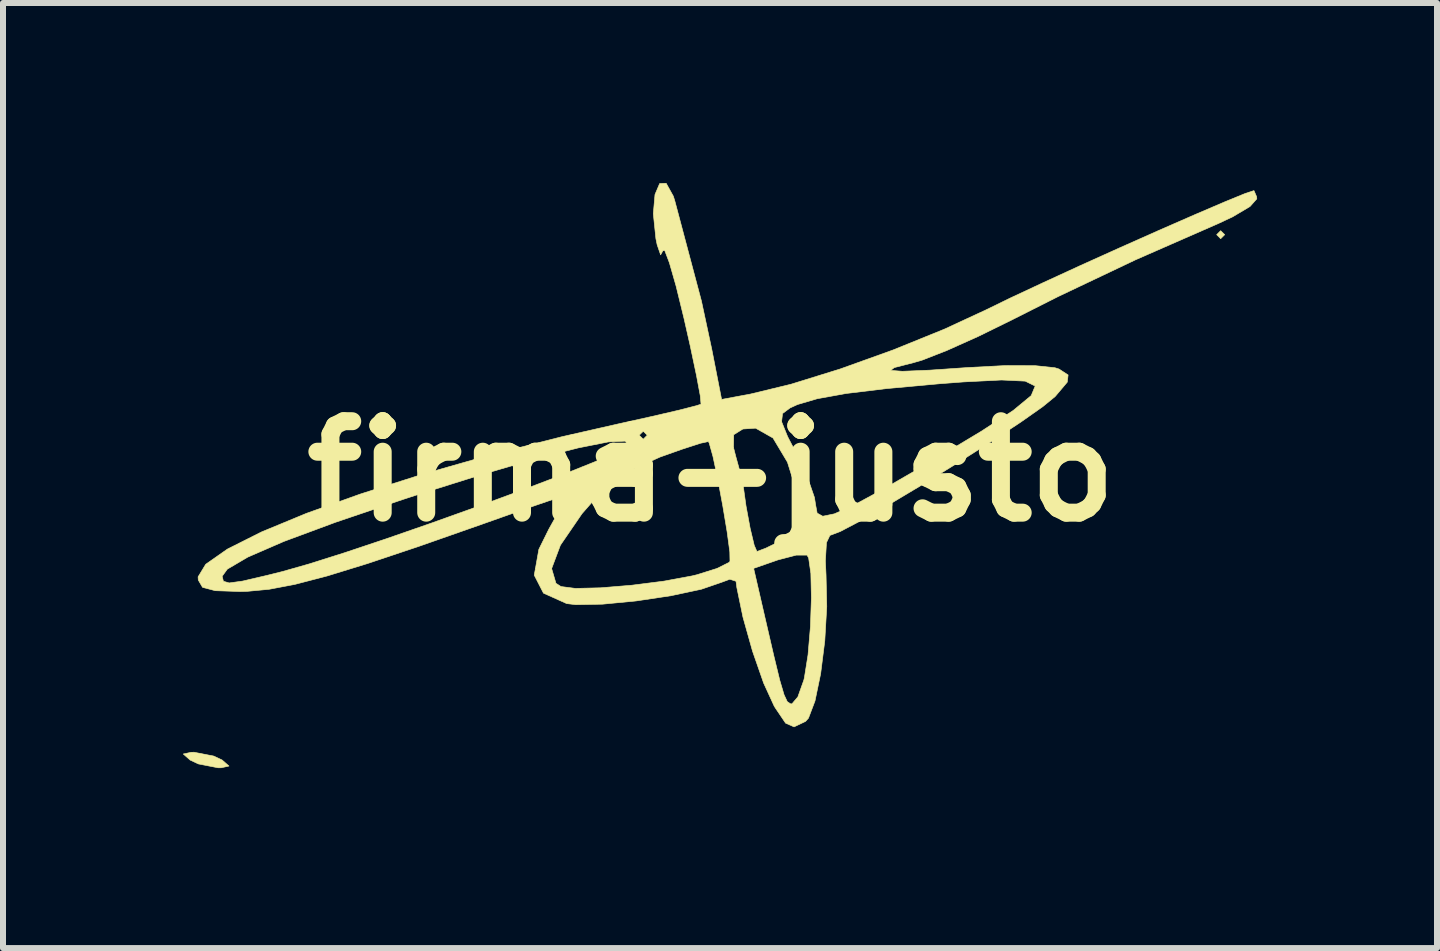
<source format=kicad_pcb>
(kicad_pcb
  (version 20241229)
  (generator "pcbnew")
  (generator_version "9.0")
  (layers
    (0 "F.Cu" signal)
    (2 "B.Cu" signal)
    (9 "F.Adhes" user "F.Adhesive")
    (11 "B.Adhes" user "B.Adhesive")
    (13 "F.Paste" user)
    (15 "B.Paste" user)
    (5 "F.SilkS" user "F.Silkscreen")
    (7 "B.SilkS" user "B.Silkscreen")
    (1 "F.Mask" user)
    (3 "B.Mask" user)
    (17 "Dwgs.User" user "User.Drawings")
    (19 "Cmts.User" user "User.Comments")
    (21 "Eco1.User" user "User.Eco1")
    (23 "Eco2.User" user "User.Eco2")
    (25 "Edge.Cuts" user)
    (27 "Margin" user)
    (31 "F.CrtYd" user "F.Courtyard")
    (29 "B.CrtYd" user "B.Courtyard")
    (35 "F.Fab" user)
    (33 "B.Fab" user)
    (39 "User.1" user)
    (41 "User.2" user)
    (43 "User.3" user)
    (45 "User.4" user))
  (footprint "firma-justo"
    (layer "F.Cu")
    (at 8.808 4.806)
    (property "Reference" "firma-justo" (at 0 0 0) (layer "F.SilkS") (effects (font (size 1.524 1.524) (thickness 0.3))))
    (attr through_hole)
    (fp_poly (pts (xy 8.556 -3.944) (xy 8.489 -3.877) (xy 8.422 -3.944) (xy 8.489 -4.011) (xy 8.556 -3.944)) (stroke (width 0.01) (type solid)) (fill yes) (layer "F.SilkS"))
    (fp_poly (pts (xy -8.294 4.747) (xy -8.155 4.813) (xy -8.041 4.913) (xy -8.172 4.942) (xy -8.222 4.942) (xy -8.551 4.878) (xy -8.689 4.813) (xy -8.803 4.712) (xy -8.672 4.684) (xy -8.623 4.683) (xy -8.294 4.747)) (stroke (width 0.01) (type solid)) (fill yes) (layer "F.SilkS"))
    (fp_poly (pts (xy -0.635 -4.587) (xy -0.611 -4.512) (xy -0.166 -2.838) (xy 0.006 -2.036) (xy 0.17 -1.198) (xy 0.653 -1.288) (xy 1.326 -1.451) (xy 2.148 -1.706) (xy 3.03 -2.023) (xy 3.885 -2.37) (xy 4.576 -2.69) (xy 4.982 -2.888) (xy 5.521 -3.14) (xy 6.145 -3.427) (xy 6.808 -3.726) (xy 7.462 -4.017) (xy 8.059 -4.278) (xy 8.554 -4.49) (xy 8.898 -4.631) (xy 9.044 -4.679) (xy 9.089 -4.575) (xy 9.091 -4.541) (xy 8.978 -4.414) (xy 8.689 -4.242) (xy 8.456 -4.133) (xy 7.069 -3.525) (xy 5.774 -2.91) (xy 5.013 -2.526) (xy 4.449 -2.249) (xy 3.925 -2.014) (xy 3.516 -1.854) (xy 3.366 -1.81) (xy 3.049 -1.729) (xy 2.988 -1.682) (xy 3.184 -1.667) (xy 3.641 -1.686) (xy 4.278 -1.73) (xy 4.891 -1.762) (xy 5.396 -1.761) (xy 5.727 -1.726) (xy 5.794 -1.705) (xy 5.946 -1.606) (xy 5.932 -1.486) (xy 5.743 -1.262) (xy 5.728 -1.245) (xy 5.524 -1.078) (xy 5.153 -0.817) (xy 4.663 -0.494) (xy 4.104 -0.139) (xy 3.523 0.219) (xy 2.971 0.549) (xy 2.496 0.821) (xy 2.147 1.004) (xy 1.975 1.069) (xy 1.918 1.189) (xy 1.9 1.494) (xy 1.911 1.728) (xy 1.923 2.254) (xy 1.89 2.827) (xy 1.821 3.375) (xy 1.727 3.828) (xy 1.618 4.115) (xy 1.569 4.169) (xy 1.378 4.26) (xy 1.237 4.198) (xy 1.064 3.942) (xy 1.045 3.91) (xy 0.871 3.53) (xy 0.686 2.999) (xy 0.526 2.43) (xy 0.424 1.937) (xy 0.411 1.833) (xy 0.307 1.799) (xy 0.167 1.851) (xy -0.168 1.966) (xy -0.674 2.074) (xy -1.255 2.161) (xy -1.815 2.215) (xy -2.261 2.223) (xy -2.412 2.205) (xy -2.799 2.031) (xy -2.953 1.731) (xy -2.933 1.621) (xy -2.663 1.621) (xy -2.591 1.867) (xy -2.507 1.921) (xy -2.267 1.952) (xy -1.846 1.942) (xy -1.327 1.899) (xy -0.792 1.831) (xy -0.323 1.744) (xy -0.24 1.724) (xy 0.094 1.619) (xy 0.096 1.618) (xy 0.704 1.618) (xy 0.895 2.447) (xy 1.04 3.073) (xy 1.14 3.484) (xy 1.211 3.724) (xy 1.265 3.84) (xy 1.318 3.875) (xy 1.342 3.877) (xy 1.441 3.761) (xy 1.541 3.48) (xy 1.55 3.442) (xy 1.611 3.059) (xy 1.651 2.589) (xy 1.667 2.111) (xy 1.658 1.703) (xy 1.621 1.445) (xy 1.594 1.397) (xy 1.415 1.397) (xy 1.112 1.476) (xy 1.103 1.479) (xy 0.704 1.618) (xy 0.096 1.618) (xy 0.294 1.519) (xy 0.31 1.5) (xy 0.307 1.344) (xy 0.262 1.008) (xy 0.19 0.577) (xy 0.107 0.132) (xy 0.027 -0.244) (xy -0.015 -0.395) (xy 0.369 -0.395) (xy 0.405 -0.253) (xy 0.487 0.044) (xy 0.525 0.203) (xy 0.577 0.577) (xy 0.646 0.95) (xy 0.714 1.234) (xy 0.759 1.337) (xy 0.905 1.282) (xy 1.18 1.148) (xy 1.196 1.14) (xy 1.451 0.974) (xy 1.519 0.775) (xy 1.473 0.505) (xy 1.268 -0.152) (xy 1.027 -0.555) (xy 0.737 -0.719) (xy 0.525 -0.705) (xy 0.372 -0.61) (xy 0.369 -0.395) (xy -0.015 -0.395) (xy -0.036 -0.469) (xy -0.05 -0.496) (xy -0.18 -0.468) (xy -0.489 -0.368) (xy -0.858 -0.237) (xy -1.42 0.019) (xy -1.85 0.356) (xy -2.156 0.705) (xy -2.517 1.232) (xy -2.663 1.621) (xy -2.933 1.621) (xy -2.876 1.301) (xy -2.712 0.969) (xy -2.531 0.644) (xy -2.433 0.438) (xy -2.428 0.401) (xy -2.565 0.443) (xy -2.899 0.557) (xy -3.378 0.724) (xy -3.81 0.877) (xy -4.876 1.251) (xy -5.73 1.537) (xy -6.406 1.745) (xy -6.943 1.885) (xy -7.374 1.967) (xy -7.737 2.001) (xy -7.854 2.004) (xy -8.27 1.99) (xy -8.482 1.934) (xy -8.553 1.812) (xy -8.556 1.76) (xy -8.55 1.75) (xy -8.155 1.75) (xy -8.134 1.833) (xy -8.038 1.861) (xy -7.814 1.83) (xy -7.407 1.735) (xy -7.147 1.67) (xy -6.701 1.543) (xy -6.11 1.356) (xy -5.417 1.124) (xy -4.666 0.863) (xy -3.901 0.589) (xy -3.166 0.318) (xy -2.504 0.066) (xy -1.959 -0.152) (xy -1.574 -0.319) (xy -1.394 -0.419) (xy -1.388 -0.427) (xy -1.435 -0.503) (xy -1.717 -0.49) (xy -2.22 -0.39) (xy -2.928 -0.208) (xy -3.827 0.054) (xy -4.901 0.391) (xy -5.147 0.471) (xy -6.266 0.85) (xy -7.126 1.169) (xy -7.727 1.43) (xy -8.069 1.631) (xy -8.155 1.75) (xy -8.55 1.75) (xy -8.429 1.55) (xy -8.068 1.297) (xy -7.499 1.011) (xy -6.75 0.701) (xy -5.848 0.378) (xy -4.821 0.051) (xy -3.694 -0.27) (xy -2.497 -0.575) (xy -2.379 -0.602) (xy -1.203 -0.602) (xy -1.136 -0.535) (xy -1.069 -0.602) (xy -1.136 -0.668) (xy -1.203 -0.602) (xy -2.379 -0.602) (xy -1.543 -0.792) (xy -1.385 -0.827) (xy 1.17 -0.827) (xy 1.271 -0.577) (xy 1.409 -0.312) (xy 1.599 0.092) (xy 1.718 0.437) (xy 1.738 0.564) (xy 1.763 0.697) (xy 1.856 0.749) (xy 2.05 0.709) (xy 2.372 0.565) (xy 2.853 0.304) (xy 3.524 -0.083) (xy 3.728 -0.204) (xy 4.497 -0.666) (xy 5.031 -1.014) (xy 5.331 -1.262) (xy 5.397 -1.421) (xy 5.231 -1.503) (xy 4.834 -1.522) (xy 4.205 -1.49) (xy 3.81 -1.46) (xy 2.913 -1.378) (xy 2.245 -1.297) (xy 1.765 -1.21) (xy 1.435 -1.113) (xy 1.311 -1.056) (xy 1.186 -0.963) (xy 1.17 -0.827) (xy -1.385 -0.827) (xy -0.984 -0.916) (xy -0.532 -1.021) (xy -0.245 -1.095) (xy -0.173 -1.119) (xy -0.185 -1.257) (xy -0.249 -1.6) (xy -0.353 -2.092) (xy -0.457 -2.551) (xy -0.588 -3.086) (xy -0.7 -3.476) (xy -0.778 -3.681) (xy -0.809 -3.676) (xy -0.846 -3.608) (xy -0.904 -3.776) (xy -0.925 -3.877) (xy -0.968 -4.294) (xy -0.94 -4.614) (xy -0.862 -4.797) (xy -0.754 -4.801) (xy -0.635 -4.587)) (stroke (width 0.01) (type solid)) (fill yes) (layer "F.SilkS")))
  (gr_rect
    (start -3 -3)
    (end 20.903 12.753)
    (stroke (width 0.1) (type default))
    (fill no)
    (layer "Edge.Cuts")))
</source>
